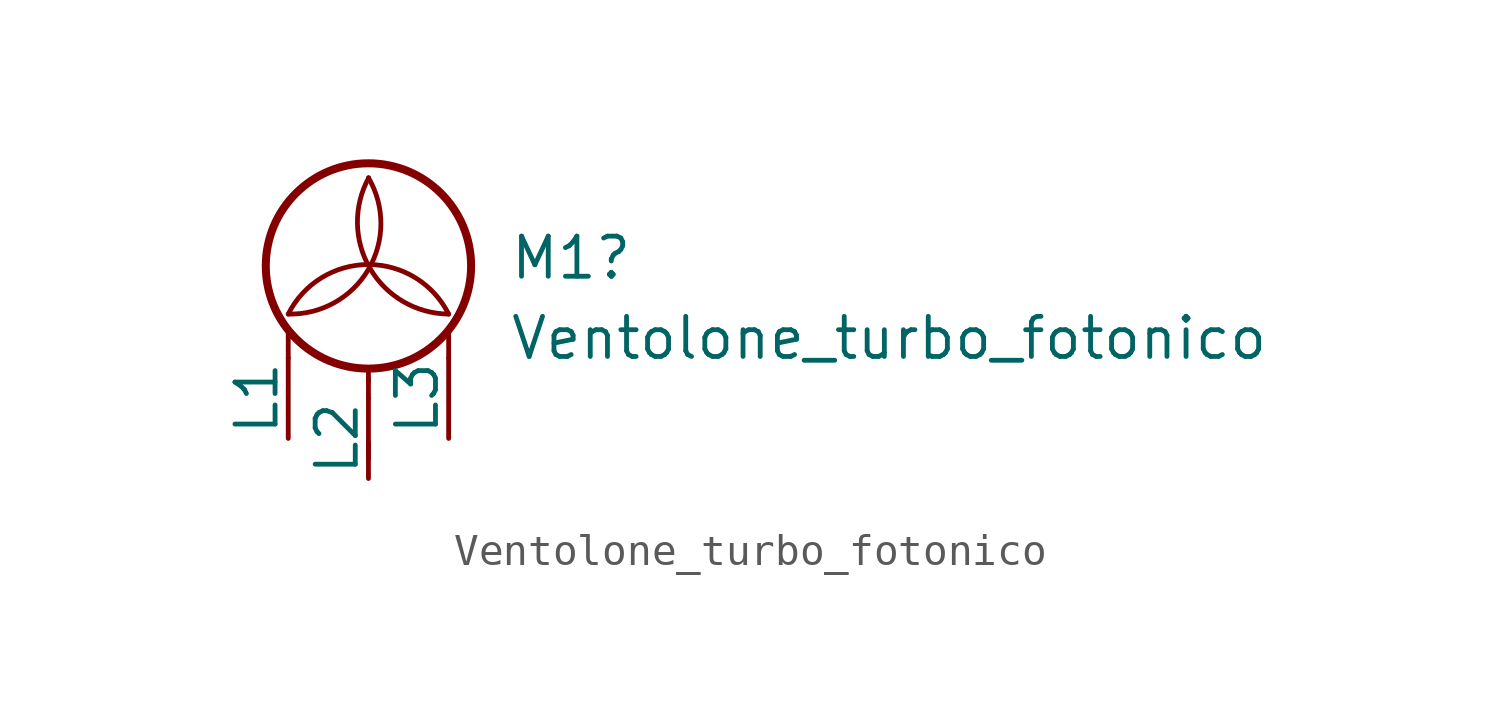
<source format=kicad_sym>
(kicad_symbol_lib
  (version 20231120)
  (generator "kicad_symbol_editor")
  (generator_version "8.0")
  (symbol "Ventolone_turbo_fotonico"
    (pin_names
      (offset 0))
    (property "Reference" "M1"
      (at 4.445 1.27 0)
      (effects (font (size 1.27 1.27)) (justify left)))
    (property "Value" "Ventolone_turbo_fotonico"
      (at 4.445 -1.27 0)
      (effects (font (size 1.27 1.27)) (justify left)))
    (symbol "Ventolone_turbo_fotonico_0_1"
      (arc (start -2.54 -0.508) (mid 0.0028 0.9121) (end 0 3.81) (stroke (width 0) (type default)) (fill (type none)))
      (polyline (pts (xy -2.54 -1.27) (xy -2.54 -1.905)) (stroke (width 0) (type default)) (fill (type none)))
      (polyline (pts (xy -2.54 -1.27) (xy -2.539 -1.04)) (stroke (width 0) (type default)) (fill (type none)))
      (polyline (pts (xy 0 -5.08) (xy 0 -4.572)) (stroke (width 0) (type default)) (fill (type none)))
      (polyline (pts (xy 0 -3.175) (xy 0 -2.54)) (stroke (width 0) (type default)) (fill (type none)))
      (polyline (pts (xy 0 -2.235) (xy 0 -2.642)) (stroke (width 0) (type default)) (fill (type none)))
      (polyline (pts (xy 2.54 -1.905) (xy 2.54 -1.27) (xy 2.541 -1.062)) (stroke (width 0) (type default)) (fill (type none)))
      (circle (center 0 1.016) (radius 3.251) (stroke (width 0.254) (type default)) (fill (type none)))
      (arc (start 0 3.81) (mid 0.053 0.921) (end 2.54 -0.508) (stroke (width 0) (type default)) (fill (type none)))
      (arc (start 2.54 -0.508) (mid 0 1.0618) (end -2.54 -0.508) (stroke (width 0) (type default)) (fill (type none))))
    (symbol "Ventolone_turbo_fotonico_1_1"
      (pin input line (at -2.54 -4.445 90) (length 2.54) (name "L1" (effects (font (size 1.27 1.27)))) (number "" (effects (font (size 1.27 1.27)))))
      (pin passive line (at 0 -5.715 90) (length 2.54) (name "L2" (effects (font (size 1.27 1.27)))) (number "" (effects (font (size 1.27 1.27)))))
      (pin passive line (at 2.54 -4.445 90) (length 2.54) (name "L3" (effects (font (size 1.27 1.27)))) (number "" (effects (font (size 1.27 1.27))))))))
</source>
